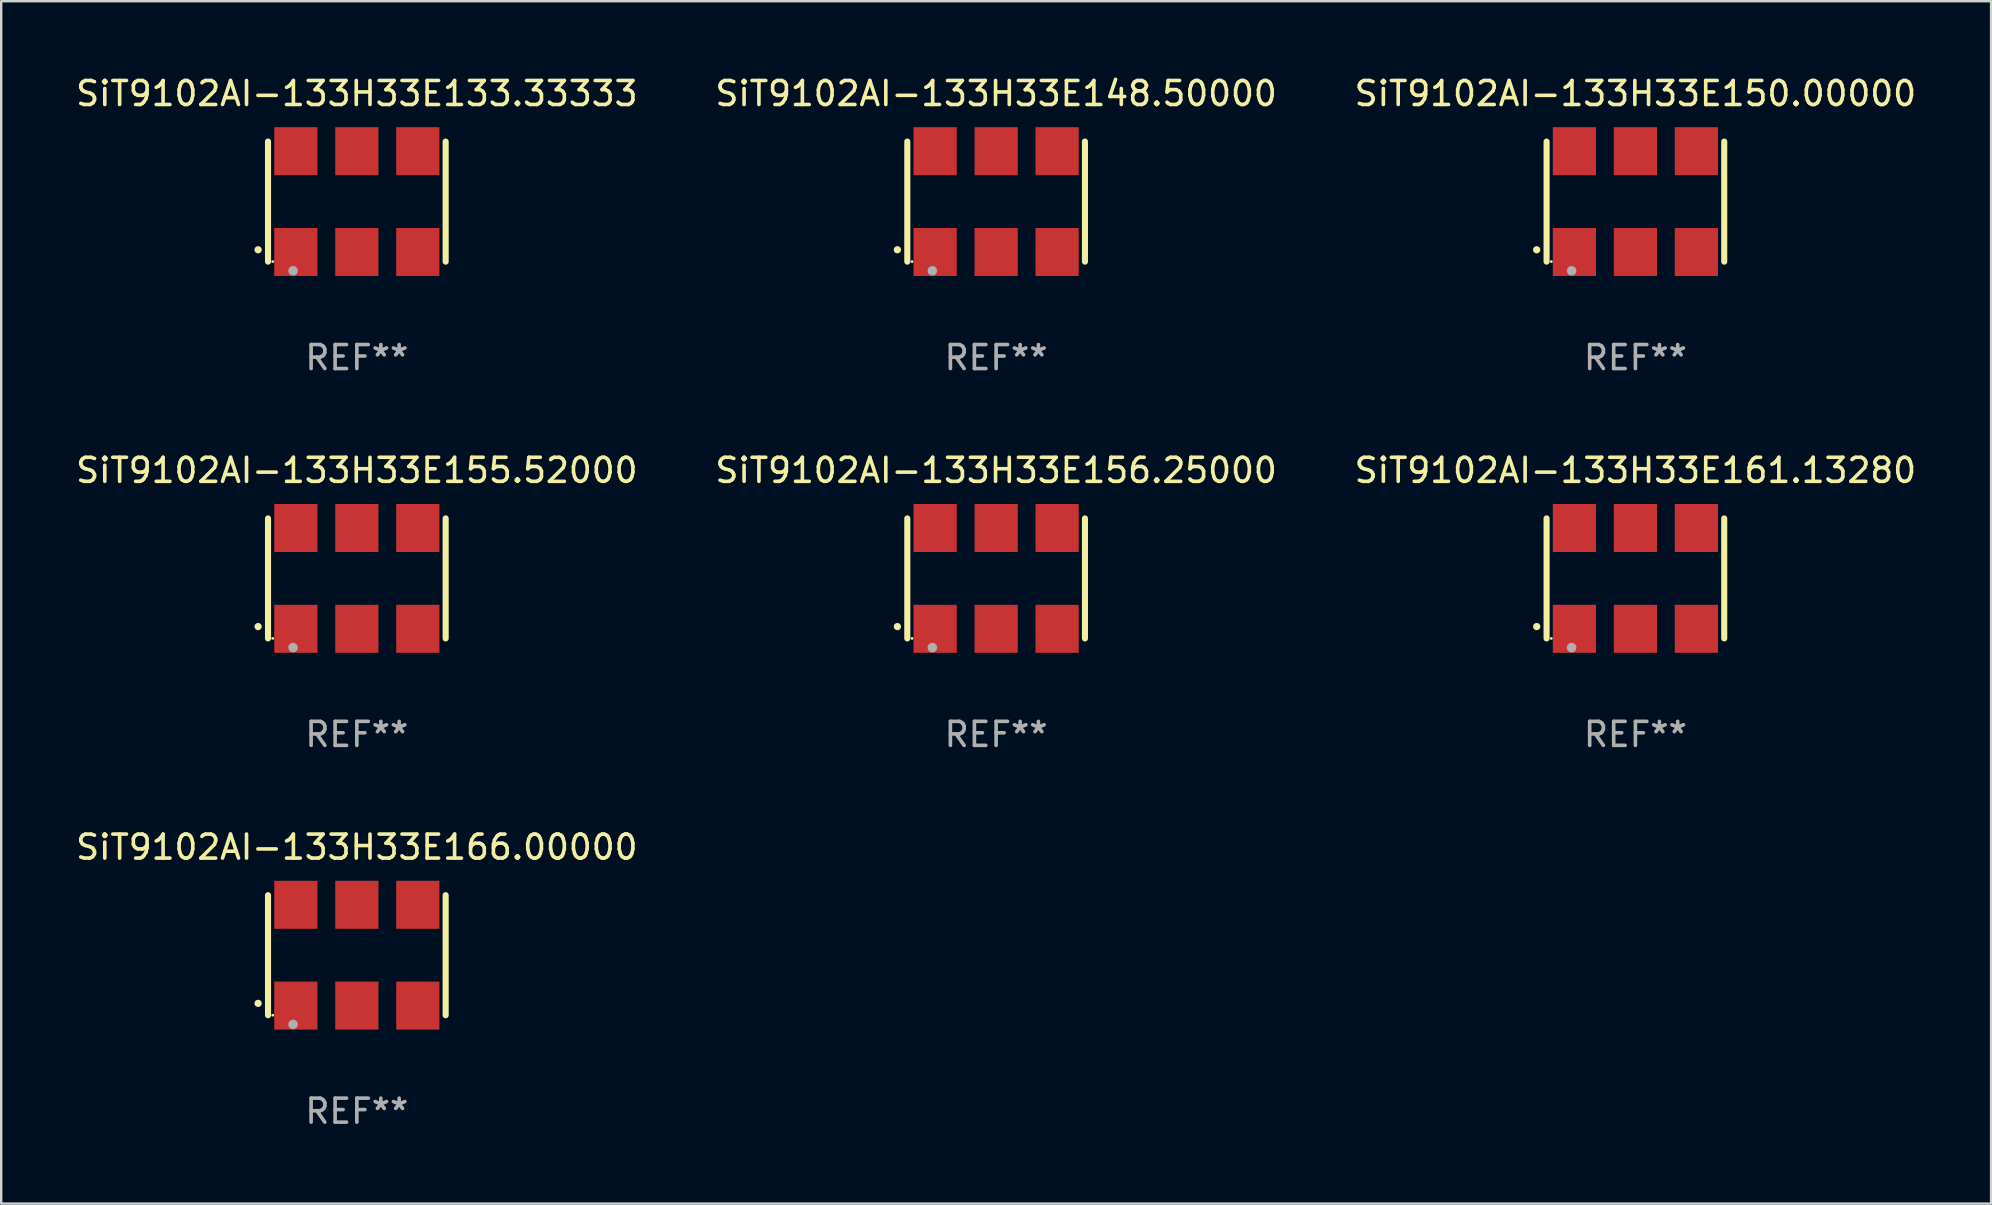
<source format=kicad_pcb>
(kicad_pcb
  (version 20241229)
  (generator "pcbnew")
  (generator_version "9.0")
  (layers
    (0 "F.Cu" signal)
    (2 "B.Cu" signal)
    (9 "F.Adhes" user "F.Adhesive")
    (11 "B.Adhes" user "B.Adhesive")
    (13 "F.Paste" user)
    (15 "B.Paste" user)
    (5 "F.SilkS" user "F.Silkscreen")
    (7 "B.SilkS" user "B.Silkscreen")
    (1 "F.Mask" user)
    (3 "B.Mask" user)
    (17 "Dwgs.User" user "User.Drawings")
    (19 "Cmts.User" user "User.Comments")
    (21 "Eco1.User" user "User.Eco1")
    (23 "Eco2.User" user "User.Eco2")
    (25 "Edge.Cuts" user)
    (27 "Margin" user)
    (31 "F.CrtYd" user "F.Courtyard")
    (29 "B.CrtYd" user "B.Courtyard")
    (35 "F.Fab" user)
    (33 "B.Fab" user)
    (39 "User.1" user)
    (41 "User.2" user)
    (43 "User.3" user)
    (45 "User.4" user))
  (footprint "SiT9102AI-133H33E156.25000"
    (layer "F.Cu")
    (at 38.446 21.045)
    (property "Reference" "SiT9102AI-133H33E156.25000" (at 0 -4.5 0) (layer "F.SilkS") (effects (font (size 1 1) (thickness 0.15))))
    (attr through_hole)
    (fp_line (start -3.7 -2.5) (end -3.7 2.5) (stroke (width 0.254) (type solid)) (layer "F.SilkS"))
    (fp_line (start 3.7 -2.5) (end 3.7 2.5) (stroke (width 0.254) (type solid)) (layer "F.SilkS"))
    (fp_arc (start -4.114415 2.006604) (mid -4.113145 2.006599) (end -4.111875 2.006604) (stroke (width 0.3) (type solid)) (layer "F.SilkS"))
    (fp_circle (center -3.502 2.5) (end -3.472 2.5) (stroke (width 0.06) (type solid)) (fill no) (layer "F.SilkS"))
    (fp_circle (center -2.657 2.882) (end -2.557 2.882) (stroke (width 0.2) (type solid)) (fill no) (layer "F.Fab"))
    (fp_text user "REF**" (at 0 6.5 0) (layer "F.Fab") (effects (font (size 1 1) (thickness 0.15))))
    (pad "1" smd rect (at -2.54 2.1) (size 1.8 2) (layers "F.Cu" "F.Mask" "F.Paste"))
    (pad "2" smd rect (at 0.000394 2.1) (size 1.8 2) (layers "F.Cu" "F.Mask" "F.Paste"))
    (pad "3" smd rect (at 2.54 2.1) (size 1.8 2) (layers "F.Cu" "F.Mask" "F.Paste"))
    (pad "4" smd rect (at 2.54 -2.1) (size 1.8 2) (layers "F.Cu" "F.Mask" "F.Paste"))
    (pad "5" smd rect (at 0.000394 -2.1) (size 1.8 2) (layers "F.Cu" "F.Mask" "F.Paste"))
    (pad "6" smd rect (at -2.54 -2.1) (size 1.8 2) (layers "F.Cu" "F.Mask" "F.Paste")))
  (footprint "SiT9102AI-133H33E161.13280"
    (layer "F.Cu")
    (at 65.077 21.045)
    (property "Reference" "SiT9102AI-133H33E161.13280" (at 0 -4.5 0) (layer "F.SilkS") (effects (font (size 1 1) (thickness 0.15))))
    (attr through_hole)
    (fp_line (start -3.7 -2.5) (end -3.7 2.5) (stroke (width 0.254) (type solid)) (layer "F.SilkS"))
    (fp_line (start 3.7 -2.5) (end 3.7 2.5) (stroke (width 0.254) (type solid)) (layer "F.SilkS"))
    (fp_arc (start -4.114415 2.006604) (mid -4.113145 2.006599) (end -4.111875 2.006604) (stroke (width 0.3) (type solid)) (layer "F.SilkS"))
    (fp_circle (center -3.502 2.5) (end -3.472 2.5) (stroke (width 0.06) (type solid)) (fill no) (layer "F.SilkS"))
    (fp_circle (center -2.657 2.882) (end -2.557 2.882) (stroke (width 0.2) (type solid)) (fill no) (layer "F.Fab"))
    (fp_text user "REF**" (at 0 6.5 0) (layer "F.Fab") (effects (font (size 1 1) (thickness 0.15))))
    (pad "1" smd rect (at -2.54 2.1) (size 1.8 2) (layers "F.Cu" "F.Mask" "F.Paste"))
    (pad "2" smd rect (at 0.000394 2.1) (size 1.8 2) (layers "F.Cu" "F.Mask" "F.Paste"))
    (pad "3" smd rect (at 2.54 2.1) (size 1.8 2) (layers "F.Cu" "F.Mask" "F.Paste"))
    (pad "4" smd rect (at 2.54 -2.1) (size 1.8 2) (layers "F.Cu" "F.Mask" "F.Paste"))
    (pad "5" smd rect (at 0.000394 -2.1) (size 1.8 2) (layers "F.Cu" "F.Mask" "F.Paste"))
    (pad "6" smd rect (at -2.54 -2.1) (size 1.8 2) (layers "F.Cu" "F.Mask" "F.Paste")))
  (footprint "SiT9102AI-133H33E166.00000"
    (layer "F.Cu")
    (at 11.815 36.741)
    (property "Reference" "SiT9102AI-133H33E166.00000" (at 0 -4.5 0) (layer "F.SilkS") (effects (font (size 1 1) (thickness 0.15))))
    (attr through_hole)
    (fp_line (start -3.7 -2.5) (end -3.7 2.5) (stroke (width 0.254) (type solid)) (layer "F.SilkS"))
    (fp_line (start 3.7 -2.5) (end 3.7 2.5) (stroke (width 0.254) (type solid)) (layer "F.SilkS"))
    (fp_arc (start -4.114415 2.006604) (mid -4.113145 2.006599) (end -4.111875 2.006604) (stroke (width 0.3) (type solid)) (layer "F.SilkS"))
    (fp_circle (center -3.502 2.5) (end -3.472 2.5) (stroke (width 0.06) (type solid)) (fill no) (layer "F.SilkS"))
    (fp_circle (center -2.657 2.882) (end -2.557 2.882) (stroke (width 0.2) (type solid)) (fill no) (layer "F.Fab"))
    (fp_text user "REF**" (at 0 6.5 0) (layer "F.Fab") (effects (font (size 1 1) (thickness 0.15))))
    (pad "1" smd rect (at -2.54 2.1) (size 1.8 2) (layers "F.Cu" "F.Mask" "F.Paste"))
    (pad "2" smd rect (at 0.000394 2.1) (size 1.8 2) (layers "F.Cu" "F.Mask" "F.Paste"))
    (pad "3" smd rect (at 2.54 2.1) (size 1.8 2) (layers "F.Cu" "F.Mask" "F.Paste"))
    (pad "4" smd rect (at 2.54 -2.1) (size 1.8 2) (layers "F.Cu" "F.Mask" "F.Paste"))
    (pad "5" smd rect (at 0.000394 -2.1) (size 1.8 2) (layers "F.Cu" "F.Mask" "F.Paste"))
    (pad "6" smd rect (at -2.54 -2.1) (size 1.8 2) (layers "F.Cu" "F.Mask" "F.Paste")))
  (footprint "SiT9102AI-133H33E148.50000"
    (layer "F.Cu")
    (at 38.446 5.348)
    (property "Reference" "SiT9102AI-133H33E148.50000" (at 0 -4.5 0) (layer "F.SilkS") (effects (font (size 1 1) (thickness 0.15))))
    (attr through_hole)
    (fp_line (start -3.7 -2.5) (end -3.7 2.5) (stroke (width 0.254) (type solid)) (layer "F.SilkS"))
    (fp_line (start 3.7 -2.5) (end 3.7 2.5) (stroke (width 0.254) (type solid)) (layer "F.SilkS"))
    (fp_arc (start -4.114415 2.006604) (mid -4.113145 2.006599) (end -4.111875 2.006604) (stroke (width 0.3) (type solid)) (layer "F.SilkS"))
    (fp_circle (center -3.502 2.5) (end -3.472 2.5) (stroke (width 0.06) (type solid)) (fill no) (layer "F.SilkS"))
    (fp_circle (center -2.657 2.882) (end -2.557 2.882) (stroke (width 0.2) (type solid)) (fill no) (layer "F.Fab"))
    (fp_text user "REF**" (at 0 6.5 0) (layer "F.Fab") (effects (font (size 1 1) (thickness 0.15))))
    (pad "1" smd rect (at -2.54 2.1) (size 1.8 2) (layers "F.Cu" "F.Mask" "F.Paste"))
    (pad "2" smd rect (at 0.000394 2.1) (size 1.8 2) (layers "F.Cu" "F.Mask" "F.Paste"))
    (pad "3" smd rect (at 2.54 2.1) (size 1.8 2) (layers "F.Cu" "F.Mask" "F.Paste"))
    (pad "4" smd rect (at 2.54 -2.1) (size 1.8 2) (layers "F.Cu" "F.Mask" "F.Paste"))
    (pad "5" smd rect (at 0.000394 -2.1) (size 1.8 2) (layers "F.Cu" "F.Mask" "F.Paste"))
    (pad "6" smd rect (at -2.54 -2.1) (size 1.8 2) (layers "F.Cu" "F.Mask" "F.Paste")))
  (footprint "SiT9102AI-133H33E133.33333"
    (layer "F.Cu")
    (at 11.815 5.348)
    (property "Reference" "SiT9102AI-133H33E133.33333" (at 0 -4.5 0) (layer "F.SilkS") (effects (font (size 1 1) (thickness 0.15))))
    (attr through_hole)
    (fp_line (start -3.7 -2.5) (end -3.7 2.5) (stroke (width 0.254) (type solid)) (layer "F.SilkS"))
    (fp_line (start 3.7 -2.5) (end 3.7 2.5) (stroke (width 0.254) (type solid)) (layer "F.SilkS"))
    (fp_arc (start -4.114415 2.006604) (mid -4.113145 2.006599) (end -4.111875 2.006604) (stroke (width 0.3) (type solid)) (layer "F.SilkS"))
    (fp_circle (center -3.502 2.5) (end -3.472 2.5) (stroke (width 0.06) (type solid)) (fill no) (layer "F.SilkS"))
    (fp_circle (center -2.657 2.882) (end -2.557 2.882) (stroke (width 0.2) (type solid)) (fill no) (layer "F.Fab"))
    (fp_text user "REF**" (at 0 6.5 0) (layer "F.Fab") (effects (font (size 1 1) (thickness 0.15))))
    (pad "1" smd rect (at -2.54 2.1) (size 1.8 2) (layers "F.Cu" "F.Mask" "F.Paste"))
    (pad "2" smd rect (at 0.000394 2.1) (size 1.8 2) (layers "F.Cu" "F.Mask" "F.Paste"))
    (pad "3" smd rect (at 2.54 2.1) (size 1.8 2) (layers "F.Cu" "F.Mask" "F.Paste"))
    (pad "4" smd rect (at 2.54 -2.1) (size 1.8 2) (layers "F.Cu" "F.Mask" "F.Paste"))
    (pad "5" smd rect (at 0.000394 -2.1) (size 1.8 2) (layers "F.Cu" "F.Mask" "F.Paste"))
    (pad "6" smd rect (at -2.54 -2.1) (size 1.8 2) (layers "F.Cu" "F.Mask" "F.Paste")))
  (footprint "SiT9102AI-133H33E155.52000"
    (layer "F.Cu")
    (at 11.815 21.045)
    (property "Reference" "SiT9102AI-133H33E155.52000" (at 0 -4.5 0) (layer "F.SilkS") (effects (font (size 1 1) (thickness 0.15))))
    (attr through_hole)
    (fp_line (start -3.7 -2.5) (end -3.7 2.5) (stroke (width 0.254) (type solid)) (layer "F.SilkS"))
    (fp_line (start 3.7 -2.5) (end 3.7 2.5) (stroke (width 0.254) (type solid)) (layer "F.SilkS"))
    (fp_arc (start -4.114415 2.006604) (mid -4.113145 2.006599) (end -4.111875 2.006604) (stroke (width 0.3) (type solid)) (layer "F.SilkS"))
    (fp_circle (center -3.502 2.5) (end -3.472 2.5) (stroke (width 0.06) (type solid)) (fill no) (layer "F.SilkS"))
    (fp_circle (center -2.657 2.882) (end -2.557 2.882) (stroke (width 0.2) (type solid)) (fill no) (layer "F.Fab"))
    (fp_text user "REF**" (at 0 6.5 0) (layer "F.Fab") (effects (font (size 1 1) (thickness 0.15))))
    (pad "1" smd rect (at -2.54 2.1) (size 1.8 2) (layers "F.Cu" "F.Mask" "F.Paste"))
    (pad "2" smd rect (at 0.000394 2.1) (size 1.8 2) (layers "F.Cu" "F.Mask" "F.Paste"))
    (pad "3" smd rect (at 2.54 2.1) (size 1.8 2) (layers "F.Cu" "F.Mask" "F.Paste"))
    (pad "4" smd rect (at 2.54 -2.1) (size 1.8 2) (layers "F.Cu" "F.Mask" "F.Paste"))
    (pad "5" smd rect (at 0.000394 -2.1) (size 1.8 2) (layers "F.Cu" "F.Mask" "F.Paste"))
    (pad "6" smd rect (at -2.54 -2.1) (size 1.8 2) (layers "F.Cu" "F.Mask" "F.Paste")))
  (footprint "SiT9102AI-133H33E150.00000"
    (layer "F.Cu")
    (at 65.077 5.348)
    (property "Reference" "SiT9102AI-133H33E150.00000" (at 0 -4.5 0) (layer "F.SilkS") (effects (font (size 1 1) (thickness 0.15))))
    (attr through_hole)
    (fp_line (start -3.7 -2.5) (end -3.7 2.5) (stroke (width 0.254) (type solid)) (layer "F.SilkS"))
    (fp_line (start 3.7 -2.5) (end 3.7 2.5) (stroke (width 0.254) (type solid)) (layer "F.SilkS"))
    (fp_arc (start -4.114415 2.006604) (mid -4.113145 2.006599) (end -4.111875 2.006604) (stroke (width 0.3) (type solid)) (layer "F.SilkS"))
    (fp_circle (center -3.502 2.5) (end -3.472 2.5) (stroke (width 0.06) (type solid)) (fill no) (layer "F.SilkS"))
    (fp_circle (center -2.657 2.882) (end -2.557 2.882) (stroke (width 0.2) (type solid)) (fill no) (layer "F.Fab"))
    (fp_text user "REF**" (at 0 6.5 0) (layer "F.Fab") (effects (font (size 1 1) (thickness 0.15))))
    (pad "1" smd rect (at -2.54 2.1) (size 1.8 2) (layers "F.Cu" "F.Mask" "F.Paste"))
    (pad "2" smd rect (at 0.000394 2.1) (size 1.8 2) (layers "F.Cu" "F.Mask" "F.Paste"))
    (pad "3" smd rect (at 2.54 2.1) (size 1.8 2) (layers "F.Cu" "F.Mask" "F.Paste"))
    (pad "4" smd rect (at 2.54 -2.1) (size 1.8 2) (layers "F.Cu" "F.Mask" "F.Paste"))
    (pad "5" smd rect (at 0.000394 -2.1) (size 1.8 2) (layers "F.Cu" "F.Mask" "F.Paste"))
    (pad "6" smd rect (at -2.54 -2.1) (size 1.8 2) (layers "F.Cu" "F.Mask" "F.Paste")))
  (gr_rect
    (start -3 -3)
    (end 79.893 47.09)
    (stroke (width 0.1) (type default))
    (fill no)
    (layer "Edge.Cuts")))
</source>
